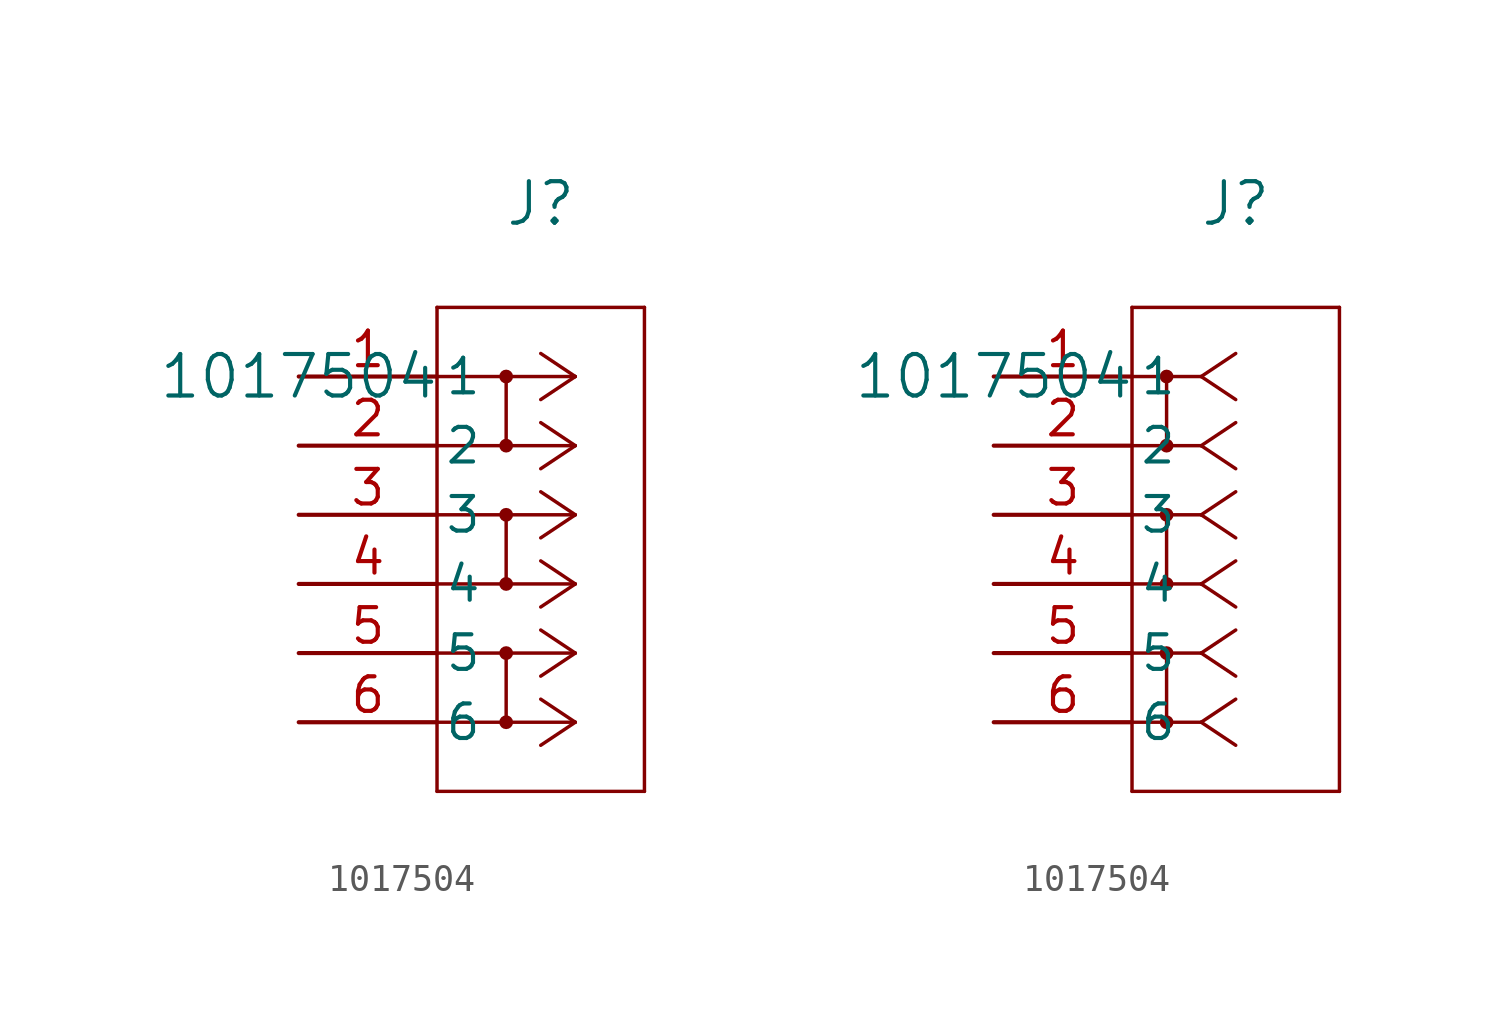
<source format=kicad_sym>
(kicad_symbol_lib
  (version 20211014)
  (generator kicad_symbol_editor)
  (symbol "1017504"
    (pin_names
      (offset 0.254))
    (property "Reference" "J"
      (at 8.89 6.35 0)
      (effects (font (size 1.524 1.524))))
    (property "Value" "1017504"
      (at 0 0 0)
      (effects (font (size 1.524 1.524))))
    (symbol "1017504_1_1"
      (polyline (pts (xy 10.16 0) (xy 5.08 0)) (stroke (width 0.127) (type default) (color 0 0 0 0)) (fill (type none)))
      (polyline (pts (xy 10.16 -2.54) (xy 5.08 -2.54)) (stroke (width 0.127) (type default) (color 0 0 0 0)) (fill (type none)))
      (polyline (pts (xy 7.62 0) (xy 7.62 -2.54)) (stroke (width 0.127) (type default) (color 0 0 0 0)) (fill (type none)))
      (circle (center 7.62 0) (radius 0.127) (stroke (width 0.254) (type default) (color 0 0 0 0)) (fill (type none)))
      (circle (center 7.62 -2.54) (radius 0.127) (stroke (width 0.254) (type default) (color 0 0 0 0)) (fill (type none)))
      (polyline (pts (xy 10.16 -5.08) (xy 5.08 -5.08)) (stroke (width 0.127) (type default) (color 0 0 0 0)) (fill (type none)))
      (polyline (pts (xy 10.16 0) (xy 8.89 0.847)) (stroke (width 0.127) (type default) (color 0 0 0 0)) (fill (type none)))
      (polyline (pts (xy 10.16 -2.54) (xy 8.89 -1.693)) (stroke (width 0.127) (type default) (color 0 0 0 0)) (fill (type none)))
      (polyline (pts (xy 10.16 -7.62) (xy 5.08 -7.62)) (stroke (width 0.127) (type default) (color 0 0 0 0)) (fill (type none)))
      (polyline (pts (xy 7.62 -5.08) (xy 7.62 -7.62)) (stroke (width 0.127) (type default) (color 0 0 0 0)) (fill (type none)))
      (circle (center 7.62 -5.08) (radius 0.127) (stroke (width 0.254) (type default) (color 0 0 0 0)) (fill (type none)))
      (circle (center 7.62 -7.62) (radius 0.127) (stroke (width 0.254) (type default) (color 0 0 0 0)) (fill (type none)))
      (polyline (pts (xy 10.16 0) (xy 8.89 -0.847)) (stroke (width 0.127) (type default) (color 0 0 0 0)) (fill (type none)))
      (polyline (pts (xy 10.16 -2.54) (xy 8.89 -3.387)) (stroke (width 0.127) (type default) (color 0 0 0 0)) (fill (type none)))
      (polyline (pts (xy 10.16 -5.08) (xy 8.89 -4.233)) (stroke (width 0.127) (type default) (color 0 0 0 0)) (fill (type none)))
      (polyline (pts (xy 10.16 -7.62) (xy 8.89 -6.773)) (stroke (width 0.127) (type default) (color 0 0 0 0)) (fill (type none)))
      (polyline (pts (xy 10.16 -5.08) (xy 8.89 -5.927)) (stroke (width 0.127) (type default) (color 0 0 0 0)) (fill (type none)))
      (polyline (pts (xy 10.16 -7.62) (xy 8.89 -8.467)) (stroke (width 0.127) (type default) (color 0 0 0 0)) (fill (type none)))
      (polyline (pts (xy 5.08 2.54) (xy 5.08 -15.24)) (stroke (width 0.127) (type default) (color 0 0 0 0)) (fill (type none)))
      (polyline (pts (xy 5.08 -15.24) (xy 12.7 -15.24)) (stroke (width 0.127) (type default) (color 0 0 0 0)) (fill (type none)))
      (polyline (pts (xy 12.7 -15.24) (xy 12.7 2.54)) (stroke (width 0.127) (type default) (color 0 0 0 0)) (fill (type none)))
      (polyline (pts (xy 12.7 2.54) (xy 5.08 2.54)) (stroke (width 0.127) (type default) (color 0 0 0 0)) (fill (type none)))
      (polyline (pts (xy 10.16 -10.16) (xy 5.08 -10.16)) (stroke (width 0.127) (type default) (color 0 0 0 0)) (fill (type none)))
      (polyline (pts (xy 10.16 -12.7) (xy 5.08 -12.7)) (stroke (width 0.127) (type default) (color 0 0 0 0)) (fill (type none)))
      (polyline (pts (xy 7.62 -10.16) (xy 7.62 -12.7)) (stroke (width 0.127) (type default) (color 0 0 0 0)) (fill (type none)))
      (circle (center 7.62 -10.16) (radius 0.127) (stroke (width 0.254) (type default) (color 0 0 0 0)) (fill (type none)))
      (circle (center 7.62 -12.7) (radius 0.127) (stroke (width 0.254) (type default) (color 0 0 0 0)) (fill (type none)))
      (polyline (pts (xy 10.16 -10.16) (xy 8.89 -9.313)) (stroke (width 0.127) (type default) (color 0 0 0 0)) (fill (type none)))
      (polyline (pts (xy 10.16 -12.7) (xy 8.89 -11.853)) (stroke (width 0.127) (type default) (color 0 0 0 0)) (fill (type none)))
      (polyline (pts (xy 10.16 -10.16) (xy 8.89 -11.007)) (stroke (width 0.127) (type default) (color 0 0 0 0)) (fill (type none)))
      (polyline (pts (xy 10.16 -12.7) (xy 8.89 -13.547)) (stroke (width 0.127) (type default) (color 0 0 0 0)) (fill (type none)))
      (pin unspecified line (at 0 0 0) (length 5.08) (name "1" (effects (font (size 1.27 1.27)))) (number "1" (effects (font (size 1.27 1.27)))))
      (pin unspecified line (at 0 -2.54 0) (length 5.08) (name "2" (effects (font (size 1.27 1.27)))) (number "2" (effects (font (size 1.27 1.27)))))
      (pin unspecified line (at 0 -5.08 0) (length 5.08) (name "3" (effects (font (size 1.27 1.27)))) (number "3" (effects (font (size 1.27 1.27)))))
      (pin unspecified line (at 0 -7.62 0) (length 5.08) (name "4" (effects (font (size 1.27 1.27)))) (number "4" (effects (font (size 1.27 1.27)))))
      (pin unspecified line (at 0 -10.16 0) (length 5.08) (name "5" (effects (font (size 1.27 1.27)))) (number "5" (effects (font (size 1.27 1.27)))))
      (pin unspecified line (at 0 -12.7 0) (length 5.08) (name "6" (effects (font (size 1.27 1.27)))) (number "6" (effects (font (size 1.27 1.27))))))
    (symbol "1017504_1_2"
      (polyline (pts (xy 7.62 0) (xy 5.08 0)) (stroke (width 0.127) (type default) (color 0 0 0 0)) (fill (type none)))
      (polyline (pts (xy 7.62 -2.54) (xy 5.08 -2.54)) (stroke (width 0.127) (type default) (color 0 0 0 0)) (fill (type none)))
      (polyline (pts (xy 6.35 0) (xy 6.35 -2.54)) (stroke (width 0.127) (type default) (color 0 0 0 0)) (fill (type none)))
      (circle (center 6.35 0) (radius 0.127) (stroke (width 0.254) (type default) (color 0 0 0 0)) (fill (type none)))
      (circle (center 6.35 -2.54) (radius 0.127) (stroke (width 0.254) (type default) (color 0 0 0 0)) (fill (type none)))
      (polyline (pts (xy 7.62 -5.08) (xy 5.08 -5.08)) (stroke (width 0.127) (type default) (color 0 0 0 0)) (fill (type none)))
      (polyline (pts (xy 7.62 0) (xy 8.89 0.847)) (stroke (width 0.127) (type default) (color 0 0 0 0)) (fill (type none)))
      (polyline (pts (xy 7.62 -2.54) (xy 8.89 -1.693)) (stroke (width 0.127) (type default) (color 0 0 0 0)) (fill (type none)))
      (polyline (pts (xy 7.62 -7.62) (xy 5.08 -7.62)) (stroke (width 0.127) (type default) (color 0 0 0 0)) (fill (type none)))
      (polyline (pts (xy 6.35 -5.08) (xy 6.35 -7.62)) (stroke (width 0.127) (type default) (color 0 0 0 0)) (fill (type none)))
      (circle (center 6.35 -5.08) (radius 0.127) (stroke (width 0.254) (type default) (color 0 0 0 0)) (fill (type none)))
      (circle (center 6.35 -7.62) (radius 0.127) (stroke (width 0.254) (type default) (color 0 0 0 0)) (fill (type none)))
      (polyline (pts (xy 7.62 0) (xy 8.89 -0.847)) (stroke (width 0.127) (type default) (color 0 0 0 0)) (fill (type none)))
      (polyline (pts (xy 7.62 -2.54) (xy 8.89 -3.387)) (stroke (width 0.127) (type default) (color 0 0 0 0)) (fill (type none)))
      (polyline (pts (xy 7.62 -5.08) (xy 8.89 -4.233)) (stroke (width 0.127) (type default) (color 0 0 0 0)) (fill (type none)))
      (polyline (pts (xy 7.62 -7.62) (xy 8.89 -6.773)) (stroke (width 0.127) (type default) (color 0 0 0 0)) (fill (type none)))
      (polyline (pts (xy 7.62 -5.08) (xy 8.89 -5.927)) (stroke (width 0.127) (type default) (color 0 0 0 0)) (fill (type none)))
      (polyline (pts (xy 7.62 -7.62) (xy 8.89 -8.467)) (stroke (width 0.127) (type default) (color 0 0 0 0)) (fill (type none)))
      (polyline (pts (xy 5.08 2.54) (xy 5.08 -15.24)) (stroke (width 0.127) (type default) (color 0 0 0 0)) (fill (type none)))
      (polyline (pts (xy 5.08 -15.24) (xy 12.7 -15.24)) (stroke (width 0.127) (type default) (color 0 0 0 0)) (fill (type none)))
      (polyline (pts (xy 12.7 -15.24) (xy 12.7 2.54)) (stroke (width 0.127) (type default) (color 0 0 0 0)) (fill (type none)))
      (polyline (pts (xy 12.7 2.54) (xy 5.08 2.54)) (stroke (width 0.127) (type default) (color 0 0 0 0)) (fill (type none)))
      (polyline (pts (xy 7.62 -10.16) (xy 5.08 -10.16)) (stroke (width 0.127) (type default) (color 0 0 0 0)) (fill (type none)))
      (polyline (pts (xy 7.62 -12.7) (xy 5.08 -12.7)) (stroke (width 0.127) (type default) (color 0 0 0 0)) (fill (type none)))
      (polyline (pts (xy 6.35 -10.16) (xy 6.35 -12.7)) (stroke (width 0.127) (type default) (color 0 0 0 0)) (fill (type none)))
      (circle (center 6.35 -10.16) (radius 0.127) (stroke (width 0.254) (type default) (color 0 0 0 0)) (fill (type none)))
      (circle (center 6.35 -12.7) (radius 0.127) (stroke (width 0.254) (type default) (color 0 0 0 0)) (fill (type none)))
      (polyline (pts (xy 7.62 -10.16) (xy 8.89 -9.313)) (stroke (width 0.127) (type default) (color 0 0 0 0)) (fill (type none)))
      (polyline (pts (xy 7.62 -12.7) (xy 8.89 -11.853)) (stroke (width 0.127) (type default) (color 0 0 0 0)) (fill (type none)))
      (polyline (pts (xy 7.62 -10.16) (xy 8.89 -11.007)) (stroke (width 0.127) (type default) (color 0 0 0 0)) (fill (type none)))
      (polyline (pts (xy 7.62 -12.7) (xy 8.89 -13.547)) (stroke (width 0.127) (type default) (color 0 0 0 0)) (fill (type none)))
      (pin unspecified line (at 0 0 0) (length 5.08) (name "1" (effects (font (size 1.27 1.27)))) (number "1" (effects (font (size 1.27 1.27)))))
      (pin unspecified line (at 0 -2.54 0) (length 5.08) (name "2" (effects (font (size 1.27 1.27)))) (number "2" (effects (font (size 1.27 1.27)))))
      (pin unspecified line (at 0 -5.08 0) (length 5.08) (name "3" (effects (font (size 1.27 1.27)))) (number "3" (effects (font (size 1.27 1.27)))))
      (pin unspecified line (at 0 -7.62 0) (length 5.08) (name "4" (effects (font (size 1.27 1.27)))) (number "4" (effects (font (size 1.27 1.27)))))
      (pin unspecified line (at 0 -10.16 0) (length 5.08) (name "5" (effects (font (size 1.27 1.27)))) (number "5" (effects (font (size 1.27 1.27)))))
      (pin unspecified line (at 0 -12.7 0) (length 5.08) (name "6" (effects (font (size 1.27 1.27)))) (number "6" (effects (font (size 1.27 1.27))))))))
</source>
